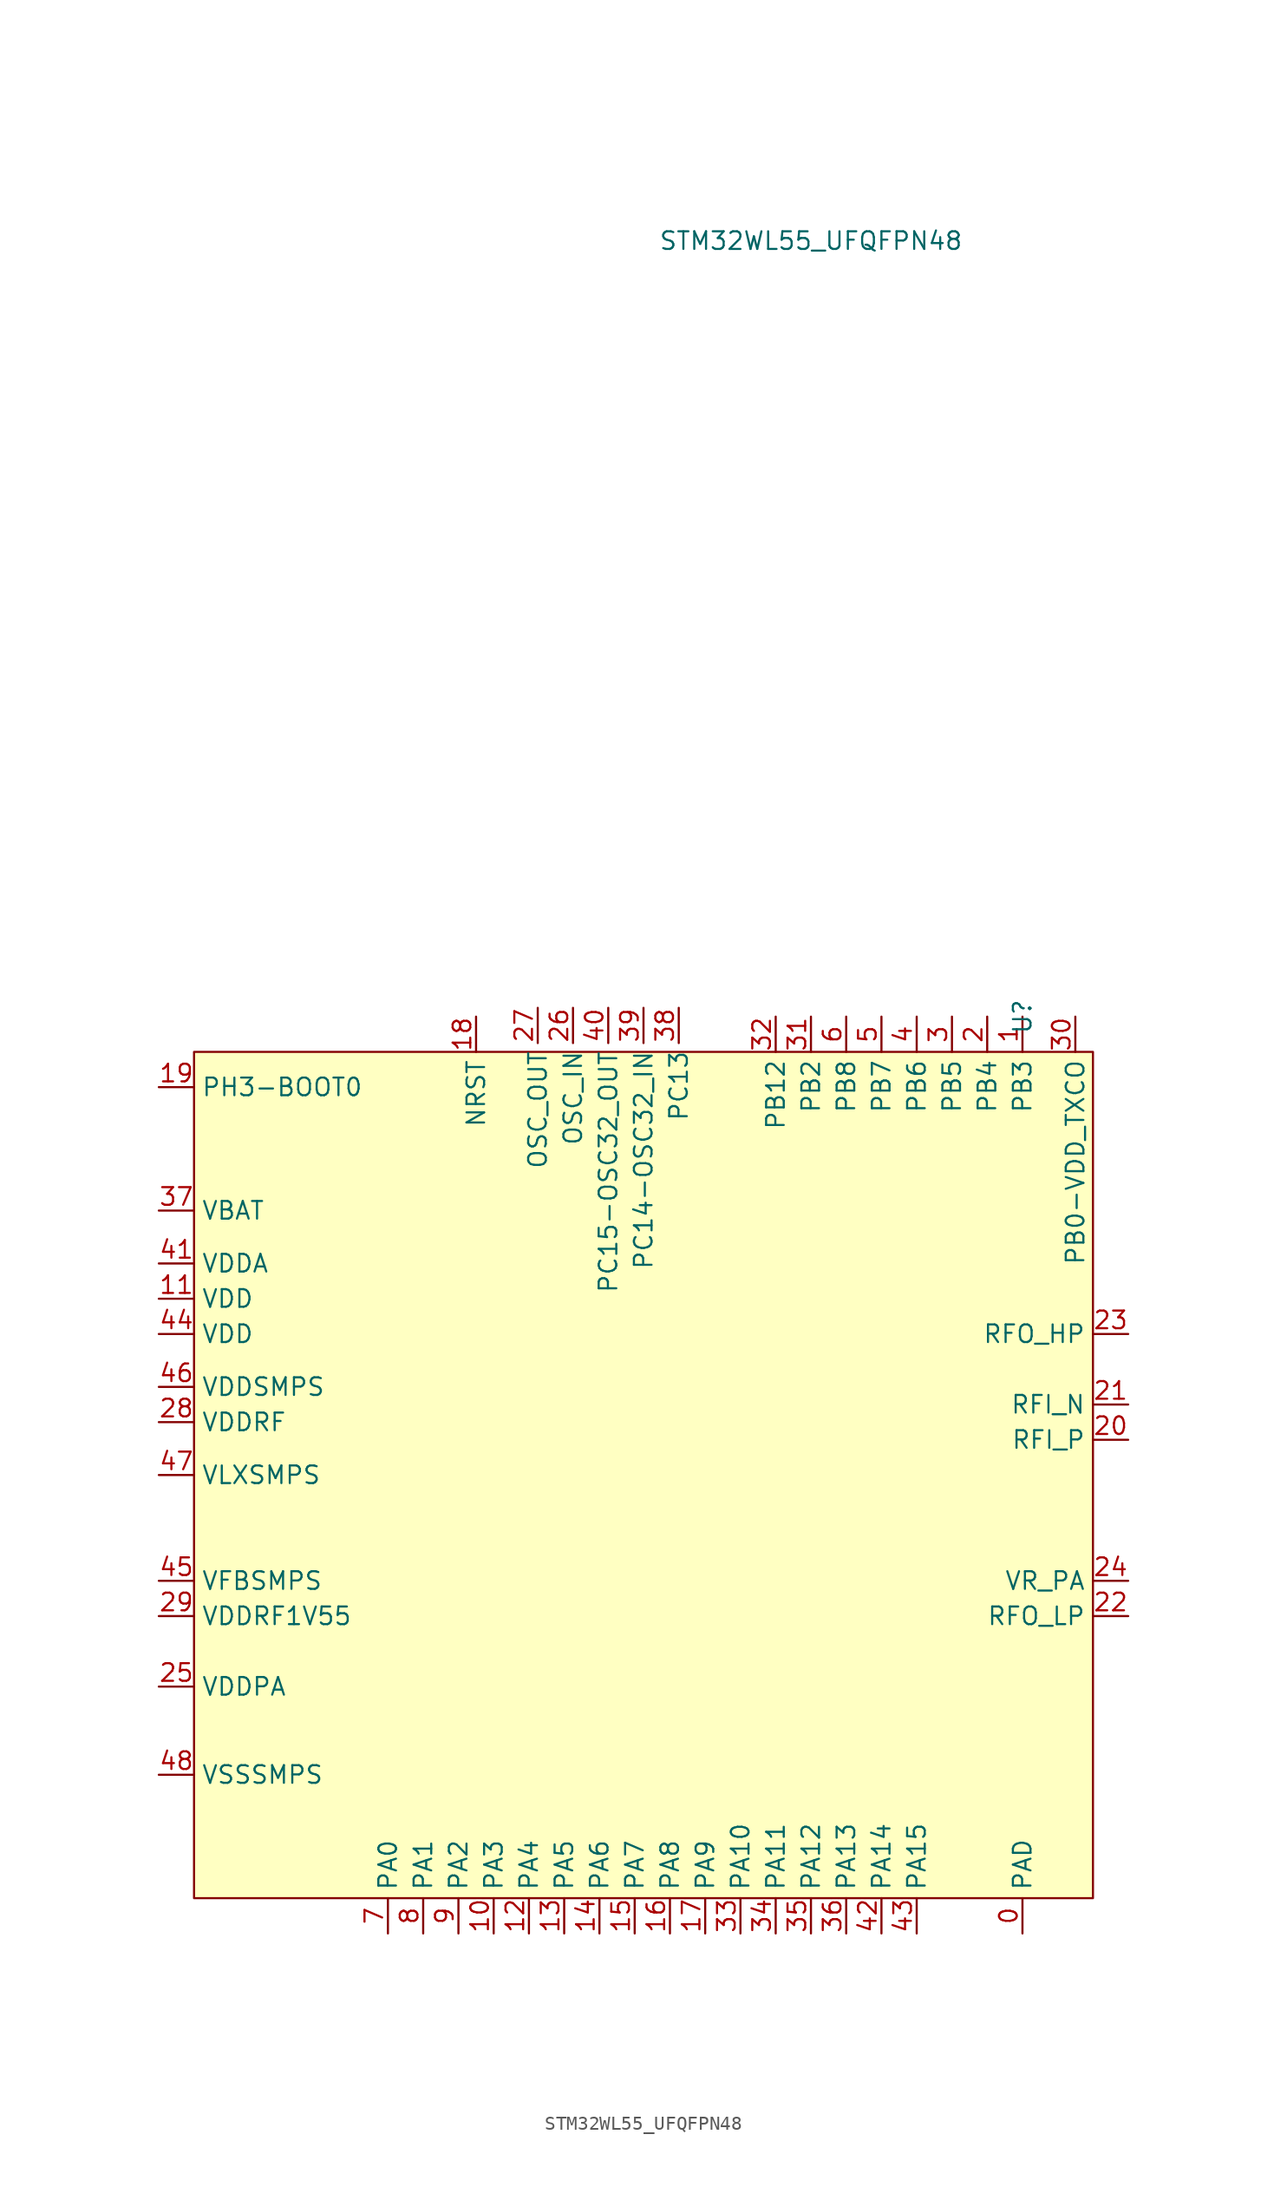
<source format=kicad_sym>
(kicad_symbol_lib
  (version 20211014)
  (generator kicad_symbol_editor)
  (symbol "STM32WL55_UFQFPN48"
    (property "Reference" "U"
      (at 15.24 -53.34 90)
      (effects (font (size 1.27 1.27))))
    (property "Value" "STM32WL55_UFQFPN48"
      (at 0 2.54 0)
      (effects (font (size 1.27 1.27))))
    (symbol "STM32WL55_UFQFPN48_0_0"
      (pin unspecified line (at 15.24 -119.38 90) (length 2.54) (name "PAD" (effects (font (size 1.27 1.27)))) (number "0" (effects (font (size 1.27 1.27)))))
      (pin unspecified line (at 15.24 -53.34 270) (length 2.54) (name "PB3" (effects (font (size 1.27 1.27)))) (number "1" (effects (font (size 1.27 1.27)))))
      (pin unspecified line (at -22.86 -119.38 90) (length 2.54) (name "PA3" (effects (font (size 1.27 1.27)))) (number "10" (effects (font (size 1.27 1.27)))))
      (pin unspecified line (at -46.99 -73.66 0) (length 2.54) (name "VDD" (effects (font (size 1.27 1.27)))) (number "11" (effects (font (size 1.27 1.27)))))
      (pin unspecified line (at -20.32 -119.38 90) (length 2.54) (name "PA4" (effects (font (size 1.27 1.27)))) (number "12" (effects (font (size 1.27 1.27)))))
      (pin unspecified line (at -17.78 -119.38 90) (length 2.54) (name "PA5" (effects (font (size 1.27 1.27)))) (number "13" (effects (font (size 1.27 1.27)))))
      (pin unspecified line (at -15.24 -119.38 90) (length 2.54) (name "PA6" (effects (font (size 1.27 1.27)))) (number "14" (effects (font (size 1.27 1.27)))))
      (pin unspecified line (at -12.7 -119.38 90) (length 2.54) (name "PA7" (effects (font (size 1.27 1.27)))) (number "15" (effects (font (size 1.27 1.27)))))
      (pin unspecified line (at -10.16 -119.38 90) (length 2.54) (name "PA8" (effects (font (size 1.27 1.27)))) (number "16" (effects (font (size 1.27 1.27)))))
      (pin unspecified line (at -7.62 -119.38 90) (length 2.54) (name "PA9" (effects (font (size 1.27 1.27)))) (number "17" (effects (font (size 1.27 1.27)))))
      (pin unspecified line (at -24.13 -53.34 270) (length 2.54) (name "NRST" (effects (font (size 1.27 1.27)))) (number "18" (effects (font (size 1.27 1.27)))))
      (pin unspecified line (at -46.99 -58.42 0) (length 2.54) (name "PH3-BOOT0" (effects (font (size 1.27 1.27)))) (number "19" (effects (font (size 1.27 1.27)))))
      (pin unspecified line (at 12.7 -53.34 270) (length 2.54) (name "PB4" (effects (font (size 1.27 1.27)))) (number "2" (effects (font (size 1.27 1.27)))))
      (pin unspecified line (at 22.86 -83.82 180) (length 2.54) (name "RFI_P" (effects (font (size 1.27 1.27)))) (number "20" (effects (font (size 1.27 1.27)))))
      (pin unspecified line (at 22.86 -81.28 180) (length 2.54) (name "RFI_N" (effects (font (size 1.27 1.27)))) (number "21" (effects (font (size 1.27 1.27)))))
      (pin unspecified line (at 22.86 -96.52 180) (length 2.54) (name "RFO_LP" (effects (font (size 1.27 1.27)))) (number "22" (effects (font (size 1.27 1.27)))))
      (pin unspecified line (at 22.86 -76.2 180) (length 2.54) (name "RFO_HP" (effects (font (size 1.27 1.27)))) (number "23" (effects (font (size 1.27 1.27)))))
      (pin unspecified line (at 22.86 -93.98 180) (length 2.54) (name "VR_PA" (effects (font (size 1.27 1.27)))) (number "24" (effects (font (size 1.27 1.27)))))
      (pin unspecified line (at -46.99 -101.6 0) (length 2.54) (name "VDDPA" (effects (font (size 1.27 1.27)))) (number "25" (effects (font (size 1.27 1.27)))))
      (pin unspecified line (at -17.145 -52.705 270) (length 2.54) (name "OSC_IN" (effects (font (size 1.27 1.27)))) (number "26" (effects (font (size 1.27 1.27)))))
      (pin unspecified line (at -19.685 -52.705 270) (length 2.54) (name "OSC_OUT" (effects (font (size 1.27 1.27)))) (number "27" (effects (font (size 1.27 1.27)))))
      (pin unspecified line (at -46.99 -82.55 0) (length 2.54) (name "VDDRF" (effects (font (size 1.27 1.27)))) (number "28" (effects (font (size 1.27 1.27)))))
      (pin unspecified line (at -46.99 -96.52 0) (length 2.54) (name "VDDRF1V55" (effects (font (size 1.27 1.27)))) (number "29" (effects (font (size 1.27 1.27)))))
      (pin unspecified line (at 10.16 -53.34 270) (length 2.54) (name "PB5" (effects (font (size 1.27 1.27)))) (number "3" (effects (font (size 1.27 1.27)))))
      (pin unspecified line (at 19.05 -53.34 270) (length 2.54) (name "PB0-VDD_TXCO" (effects (font (size 1.27 1.27)))) (number "30" (effects (font (size 1.27 1.27)))))
      (pin unspecified line (at 0 -53.34 270) (length 2.54) (name "PB2" (effects (font (size 1.27 1.27)))) (number "31" (effects (font (size 1.27 1.27)))))
      (pin unspecified line (at -2.54 -53.34 270) (length 2.54) (name "PB12" (effects (font (size 1.27 1.27)))) (number "32" (effects (font (size 1.27 1.27)))))
      (pin unspecified line (at -5.08 -119.38 90) (length 2.54) (name "PA10" (effects (font (size 1.27 1.27)))) (number "33" (effects (font (size 1.27 1.27)))))
      (pin unspecified line (at -2.54 -119.38 90) (length 2.54) (name "PA11" (effects (font (size 1.27 1.27)))) (number "34" (effects (font (size 1.27 1.27)))))
      (pin unspecified line (at 0 -119.38 90) (length 2.54) (name "PA12" (effects (font (size 1.27 1.27)))) (number "35" (effects (font (size 1.27 1.27)))))
      (pin unspecified line (at 2.54 -119.38 90) (length 2.54) (name "PA13" (effects (font (size 1.27 1.27)))) (number "36" (effects (font (size 1.27 1.27)))))
      (pin unspecified line (at -46.99 -67.31 0) (length 2.54) (name "VBAT" (effects (font (size 1.27 1.27)))) (number "37" (effects (font (size 1.27 1.27)))))
      (pin unspecified line (at -9.525 -52.705 270) (length 2.54) (name "PC13" (effects (font (size 1.27 1.27)))) (number "38" (effects (font (size 1.27 1.27)))))
      (pin unspecified line (at -12.065 -52.705 270) (length 2.54) (name "PC14-OSC32_IN" (effects (font (size 1.27 1.27)))) (number "39" (effects (font (size 1.27 1.27)))))
      (pin unspecified line (at 7.62 -53.34 270) (length 2.54) (name "PB6" (effects (font (size 1.27 1.27)))) (number "4" (effects (font (size 1.27 1.27)))))
      (pin unspecified line (at -14.605 -52.705 270) (length 2.54) (name "PC15-OSC32_OUT" (effects (font (size 1.27 1.27)))) (number "40" (effects (font (size 1.27 1.27)))))
      (pin unspecified line (at -46.99 -71.12 0) (length 2.54) (name "VDDA" (effects (font (size 1.27 1.27)))) (number "41" (effects (font (size 1.27 1.27)))))
      (pin unspecified line (at 5.08 -119.38 90) (length 2.54) (name "PA14" (effects (font (size 1.27 1.27)))) (number "42" (effects (font (size 1.27 1.27)))))
      (pin unspecified line (at 7.62 -119.38 90) (length 2.54) (name "PA15" (effects (font (size 1.27 1.27)))) (number "43" (effects (font (size 1.27 1.27)))))
      (pin unspecified line (at -46.99 -76.2 0) (length 2.54) (name "VDD" (effects (font (size 1.27 1.27)))) (number "44" (effects (font (size 1.27 1.27)))))
      (pin unspecified line (at -46.99 -93.98 0) (length 2.54) (name "VFBSMPS" (effects (font (size 1.27 1.27)))) (number "45" (effects (font (size 1.27 1.27)))))
      (pin unspecified line (at -46.99 -80.01 0) (length 2.54) (name "VDDSMPS" (effects (font (size 1.27 1.27)))) (number "46" (effects (font (size 1.27 1.27)))))
      (pin unspecified line (at -46.99 -86.36 0) (length 2.54) (name "VLXSMPS" (effects (font (size 1.27 1.27)))) (number "47" (effects (font (size 1.27 1.27)))))
      (pin unspecified line (at -46.99 -107.95 0) (length 2.54) (name "VSSSMPS" (effects (font (size 1.27 1.27)))) (number "48" (effects (font (size 1.27 1.27)))))
      (pin unspecified line (at 5.08 -53.34 270) (length 2.54) (name "PB7" (effects (font (size 1.27 1.27)))) (number "5" (effects (font (size 1.27 1.27)))))
      (pin unspecified line (at 2.54 -53.34 270) (length 2.54) (name "PB8" (effects (font (size 1.27 1.27)))) (number "6" (effects (font (size 1.27 1.27)))))
      (pin unspecified line (at -30.48 -119.38 90) (length 2.54) (name "PA0" (effects (font (size 1.27 1.27)))) (number "7" (effects (font (size 1.27 1.27)))))
      (pin unspecified line (at -27.94 -119.38 90) (length 2.54) (name "PA1" (effects (font (size 1.27 1.27)))) (number "8" (effects (font (size 1.27 1.27)))))
      (pin unspecified line (at -25.4 -119.38 90) (length 2.54) (name "PA2" (effects (font (size 1.27 1.27)))) (number "9" (effects (font (size 1.27 1.27))))))
    (symbol "STM32WL55_UFQFPN48_0_1"
      (rectangle (start -44.45 -55.88) (end 20.32 -116.84) (stroke (width 0.152) (type default) (color 0 0 0 0)) (fill (type background))))))
</source>
